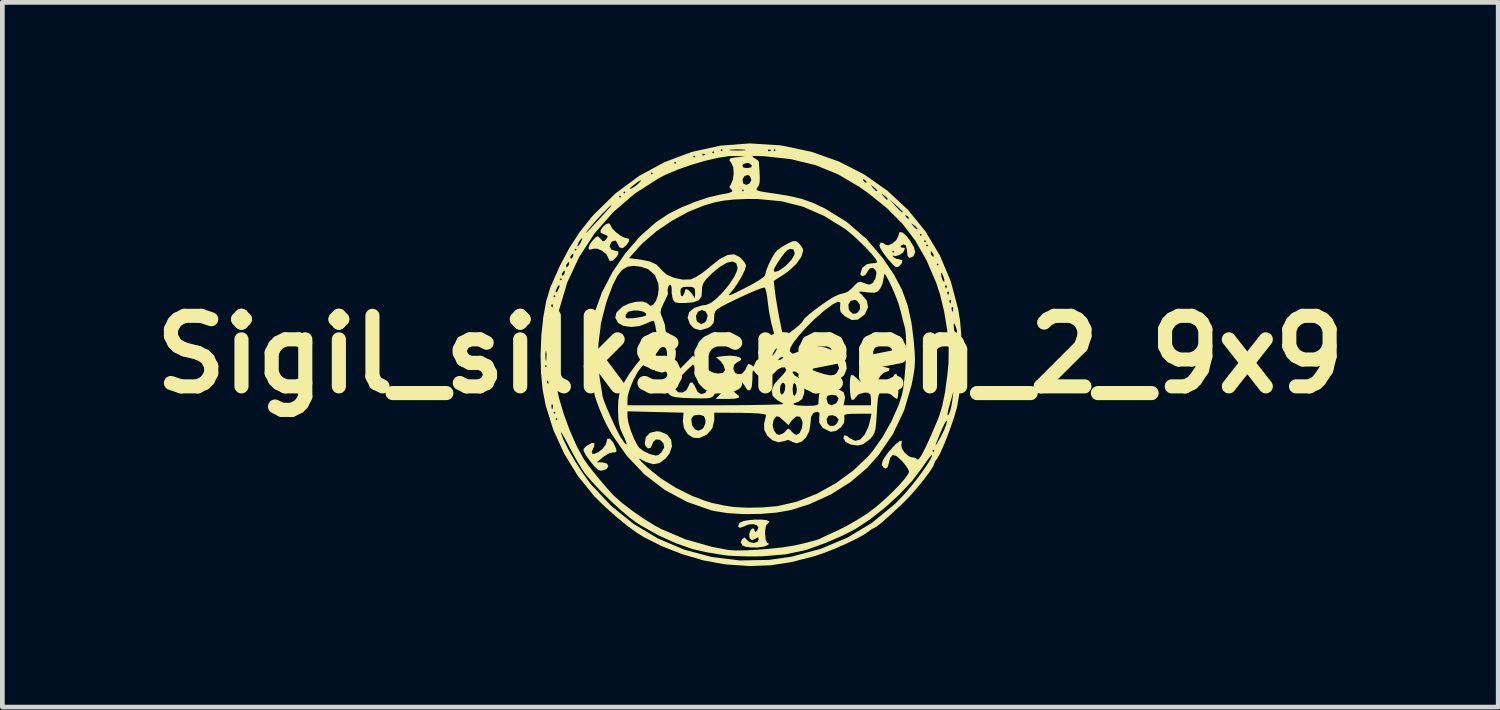
<source format=kicad_pcb>
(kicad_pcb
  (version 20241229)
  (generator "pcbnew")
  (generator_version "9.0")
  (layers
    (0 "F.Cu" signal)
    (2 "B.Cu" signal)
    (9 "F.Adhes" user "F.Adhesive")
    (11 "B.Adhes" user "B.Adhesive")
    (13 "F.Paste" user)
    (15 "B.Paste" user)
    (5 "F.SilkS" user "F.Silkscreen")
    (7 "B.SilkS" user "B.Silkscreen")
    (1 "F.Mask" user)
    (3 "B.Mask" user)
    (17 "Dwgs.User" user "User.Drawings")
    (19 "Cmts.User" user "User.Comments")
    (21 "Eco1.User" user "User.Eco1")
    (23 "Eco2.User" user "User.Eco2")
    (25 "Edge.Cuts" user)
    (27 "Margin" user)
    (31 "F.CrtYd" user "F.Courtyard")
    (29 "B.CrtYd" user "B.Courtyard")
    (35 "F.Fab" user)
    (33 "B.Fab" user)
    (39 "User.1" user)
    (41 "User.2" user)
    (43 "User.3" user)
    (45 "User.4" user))
  (footprint "Sigil_silkscreen_2_9x9"
    (layer "F.Cu")
    (at 12.907 4.489)
    (property "Reference" "Sigil_silkscreen_2_9x9" (at 0 0 0) (layer "F.SilkS") (effects (font (size 1.5 1.5) (thickness 0.3))))
    (attr board_only exclude_from_pos_files exclude_from_bom)
    (fp_poly (pts (xy -2.925 1.857) (xy -2.906 1.89) (xy -2.851 2.011) (xy -2.847 2.071) (xy -2.897 2.085) (xy -2.918 2.083) (xy -3.001 2.102) (xy -3.108 2.165) (xy -3.13 2.182) (xy -3.265 2.294) (xy -3.141 2.295) (xy -3.048 2.321) (xy -3.017 2.376) (xy -3.057 2.434) (xy -3.089 2.45) (xy -3.177 2.473) (xy -3.243 2.45) (xy -3.319 2.376) (xy -3.412 2.261) (xy -3.493 2.146) (xy -3.544 2.056) (xy -3.542 2.002) (xy -3.481 1.946) (xy -3.466 1.935) (xy -3.368 1.88) (xy -3.315 1.887) (xy -3.318 1.951) (xy -3.333 1.981) (xy -3.373 2.073) (xy -3.359 2.111) (xy -3.321 2.115) (xy -3.234 2.081) (xy -3.141 2.005) (xy -3.075 1.918) (xy -3.062 1.876) (xy -3.041 1.795) (xy -2.99 1.789)) (stroke (width 0) (type solid)) (fill yes) (layer "F.SilkS"))
    (fp_poly (pts (xy -2.972 -2.749) (xy -2.938 -2.682) (xy -2.855 -2.598) (xy -2.753 -2.521) (xy -2.664 -2.479) (xy -2.646 -2.477) (xy -2.579 -2.46) (xy -2.583 -2.401) (xy -2.63 -2.331) (xy -2.712 -2.26) (xy -2.779 -2.275) (xy -2.815 -2.342) (xy -2.859 -2.421) (xy -2.922 -2.414) (xy -2.96 -2.381) (xy -2.992 -2.302) (xy -2.955 -2.232) (xy -2.877 -2.207) (xy -2.806 -2.19) (xy -2.807 -2.135) (xy -2.855 -2.06) (xy -2.93 -1.994) (xy -2.992 -1.99) (xy -3.017 -2.046) (xy -3.055 -2.127) (xy -3.144 -2.202) (xy -3.251 -2.25) (xy -3.339 -2.249) (xy -3.342 -2.247) (xy -3.418 -2.226) (xy -3.442 -2.263) (xy -3.413 -2.342) (xy -3.359 -2.417) (xy -3.284 -2.497) (xy -3.239 -2.514) (xy -3.197 -2.475) (xy -3.187 -2.462) (xy -3.134 -2.405) (xy -3.09 -2.423) (xy -3.064 -2.453) (xy -3.029 -2.512) (xy -3.07 -2.543) (xy -3.1 -2.552) (xy -3.179 -2.585) (xy -3.185 -2.636) (xy -3.135 -2.713) (xy -3.064 -2.776) (xy -3 -2.79)) (stroke (width 0) (type solid)) (fill yes) (layer "F.SilkS"))
    (fp_poly (pts (xy 0.351 3.524) (xy 0.404 3.551) (xy 0.405 3.558) (xy 0.371 3.602) (xy 0.36 3.603) (xy 0.333 3.643) (xy 0.317 3.745) (xy 0.315 3.805) (xy 0.327 3.942) (xy 0.358 4.005) (xy 0.369 4.008) (xy 0.397 4.027) (xy 0.381 4.049) (xy 0.297 4.085) (xy 0.163 4.104) (xy 0.016 4.105) (xy -0.108 4.088) (xy -0.166 4.061) (xy -0.205 3.994) (xy -0.174 3.933) (xy -0.124 3.891) (xy -0.086 3.927) (xy -0.08 3.938) (xy -0.014 3.992) (xy 0.075 4.008) (xy 0.152 3.986) (xy 0.18 3.935) (xy 0.168 3.887) (xy 0.117 3.914) (xy 0.115 3.916) (xy 0.034 3.951) (xy -0.015 3.906) (xy -0.023 3.821) (xy 0.001 3.745) (xy 0.044 3.701) (xy 0.081 3.705) (xy 0.09 3.743) (xy 0.105 3.777) (xy 0.14 3.751) (xy 0.175 3.682) (xy 0.142 3.632) (xy 0.062 3.608) (xy -0.043 3.618) (xy -0.134 3.657) (xy -0.22 3.688) (xy -0.26 3.661) (xy -0.234 3.591) (xy -0.226 3.581) (xy -0.16 3.548) (xy -0.042 3.524) (xy 0.101 3.512) (xy 0.24 3.512)) (stroke (width 0) (type solid)) (fill yes) (layer "F.SilkS"))
    (fp_poly (pts (xy 3.234 -2.597) (xy 3.321 -2.521) (xy 3.389 -2.435) (xy 3.481 -2.284) (xy 3.508 -2.177) (xy 3.473 -2.097) (xy 3.452 -2.078) (xy 3.382 -2.05) (xy 3.343 -2.106) (xy 3.333 -2.214) (xy 3.311 -2.316) (xy 3.265 -2.342) (xy 3.205 -2.316) (xy 3.198 -2.294) (xy 3.225 -2.267) (xy 3.243 -2.274) (xy 3.283 -2.266) (xy 3.288 -2.243) (xy 3.251 -2.172) (xy 3.17 -2.113) (xy 3.083 -2.091) (xy 3.054 -2.1) (xy 3.025 -2.103) (xy 3.036 -2.079) (xy 3.103 -2.035) (xy 3.155 -2.027) (xy 3.232 -2.006) (xy 3.227 -1.948) (xy 3.189 -1.9) (xy 3.141 -1.86) (xy 3.097 -1.859) (xy 3.038 -1.905) (xy 2.946 -2.009) (xy 2.914 -2.046) (xy 2.823 -2.167) (xy 2.813 -2.184) (xy 3.017 -2.184) (xy 3.04 -2.162) (xy 3.062 -2.184) (xy 3.04 -2.207) (xy 3.017 -2.184) (xy 2.813 -2.184) (xy 2.762 -2.27) (xy 2.747 -2.317) (xy 2.771 -2.38) (xy 2.833 -2.368) (xy 2.869 -2.337) (xy 2.937 -2.323) (xy 3.026 -2.363) (xy 3.107 -2.435) (xy 3.15 -2.519) (xy 3.151 -2.533) (xy 3.174 -2.602)) (stroke (width 0) (type solid)) (fill yes) (layer "F.SilkS"))
    (fp_poly (pts (xy 0.623 -4.449) (xy 0.682 -4.441) (xy 1.307 -4.309) (xy 1.892 -4.101) (xy 2.431 -3.824) (xy 2.92 -3.48) (xy 3.353 -3.077) (xy 3.725 -2.619) (xy 4.03 -2.11) (xy 4.264 -1.557) (xy 4.421 -0.965) (xy 4.46 -0.729) (xy 4.485 -0.453) (xy 4.495 -0.131) (xy 4.491 0.211) (xy 4.473 0.548) (xy 4.443 0.854) (xy 4.401 1.102) (xy 4.39 1.148) (xy 4.337 1.33) (xy 4.266 1.538) (xy 4.187 1.752) (xy 4.107 1.949) (xy 4.036 2.107) (xy 3.982 2.204) (xy 3.977 2.21) (xy 3.928 2.281) (xy 3.918 2.31) (xy 3.889 2.381) (xy 3.812 2.5) (xy 3.7 2.65) (xy 3.566 2.816) (xy 3.424 2.98) (xy 3.286 3.124) (xy 3.249 3.16) (xy 3.002 3.391) (xy 2.816 3.557) (xy 2.692 3.657) (xy 2.629 3.693) (xy 2.627 3.693) (xy 2.573 3.72) (xy 2.525 3.758) (xy 2.419 3.831) (xy 2.249 3.924) (xy 2.036 4.027) (xy 1.803 4.129) (xy 1.571 4.22) (xy 1.361 4.291) (xy 1.351 4.294) (xy 0.874 4.416) (xy 0.431 4.484) (xy -0.012 4.5) (xy -0.492 4.467) (xy -0.563 4.459) (xy -0.993 4.38) (xy -1.443 4.249) (xy -1.881 4.078) (xy -2.274 3.878) (xy -2.409 3.794) (xy -2.619 3.642) (xy -2.857 3.446) (xy -3.096 3.233) (xy -3.306 3.026) (xy -3.327 3.004) (xy -3.666 2.585) (xy -3.957 2.111) (xy -4.16 1.666) (xy -4.029 1.666) (xy -3.97 1.82) (xy -3.869 2.021) (xy -3.739 2.248) (xy -3.594 2.477) (xy -3.447 2.684) (xy -3.385 2.765) (xy -2.957 3.221) (xy -2.479 3.606) (xy -1.958 3.917) (xy -1.402 4.152) (xy -0.818 4.308) (xy -0.215 4.381) (xy 0.399 4.369) (xy 0.878 4.3) (xy 1.497 4.134) (xy 2.065 3.896) (xy 2.585 3.583) (xy 3.062 3.192) (xy 3.165 3.091) (xy 3.293 2.955) (xy 3.43 2.793) (xy 3.565 2.622) (xy 3.687 2.455) (xy 3.785 2.31) (xy 3.849 2.2) (xy 3.866 2.141) (xy 3.864 2.137) (xy 3.832 2.163) (xy 3.766 2.248) (xy 3.677 2.375) (xy 3.656 2.408) (xy 3.445 2.685) (xy 3.178 2.971) (xy 2.874 3.249) (xy 2.555 3.501) (xy 2.241 3.709) (xy 1.982 3.843) (xy 1.844 3.903) (xy 1.677 3.976) (xy 1.602 4.008) (xy 1.188 4.158) (xy 0.749 4.251) (xy 0.262 4.292) (xy 0.158 4.294) (xy -0.074 4.294) (xy -0.29 4.288) (xy -0.464 4.279) (xy -0.563 4.267) (xy -0.737 4.237) (xy -0.913 4.21) (xy -0.923 4.208) (xy -1.234 4.137) (xy -1.585 4.013) (xy -1.953 3.846) (xy -2.313 3.645) (xy -2.425 3.574) (xy -2.578 3.459) (xy -2.77 3.295) (xy -2.979 3.102) (xy -3.186 2.898) (xy -3.37 2.703) (xy -3.511 2.537) (xy -3.523 2.522) (xy -3.596 2.411) (xy -3.693 2.248) (xy -3.799 2.058) (xy -3.851 1.959) (xy -3.933 1.803) (xy -3.994 1.698) (xy -4.027 1.652) (xy -4.029 1.666) (xy -4.16 1.666) (xy -4.189 1.602) (xy -4.261 1.374) (xy -4.143 1.374) (xy -4.121 1.396) (xy -4.098 1.374) (xy -4.121 1.351) (xy -4.143 1.374) (xy -4.261 1.374) (xy -4.303 1.238) (xy -4.188 1.238) (xy -4.166 1.261) (xy -4.143 1.238) (xy -4.166 1.216) (xy -4.188 1.238) (xy -4.303 1.238) (xy -4.347 1.1) (xy -4.23 1.1) (xy -4.221 1.158) (xy -4.206 1.159) (xy -4.195 1.098) (xy -4.203 1.072) (xy -4.223 1.055) (xy -4.23 1.1) (xy -4.347 1.1) (xy -4.352 1.081) (xy -4.415 0.756) (xy -4.432 0.585) (xy -4.323 0.585) (xy -4.307 0.623) (xy -4.293 0.615) (xy -4.288 0.562) (xy -4.293 0.555) (xy -4.32 0.562) (xy -4.323 0.585) (xy -4.432 0.585) (xy -4.451 0.387) (xy -4.453 0.284) (xy -4.156 0.284) (xy -4.141 0.546) (xy -4.132 0.617) (xy -4.069 0.921) (xy -3.967 1.266) (xy -3.838 1.618) (xy -3.693 1.946) (xy -3.545 2.217) (xy -3.537 2.229) (xy -3.454 2.347) (xy -3.33 2.506) (xy -3.187 2.681) (xy -3.046 2.846) (xy -2.928 2.977) (xy -2.897 3.008) (xy -2.724 3.16) (xy -2.5 3.331) (xy -2.256 3.5) (xy -2.022 3.644) (xy -1.898 3.711) (xy -1.381 3.931) (xy -0.826 4.089) (xy -0.473 4.157) (xy -0.319 4.168) (xy -0.102 4.166) (xy 0.155 4.153) (xy 0.427 4.131) (xy 0.688 4.102) (xy 0.914 4.066) (xy 0.975 4.054) (xy 1.168 4.01) (xy 1.332 3.967) (xy 1.446 3.933) (xy 1.476 3.921) (xy 1.554 3.883) (xy 1.687 3.821) (xy 1.847 3.748) (xy 1.859 3.743) (xy 2.046 3.649) (xy 2.263 3.525) (xy 2.469 3.395) (xy 2.505 3.371) (xy 2.666 3.249) (xy 2.839 3.101) (xy 3.008 2.942) (xy 3.161 2.786) (xy 3.283 2.647) (xy 3.359 2.54) (xy 3.378 2.488) (xy 3.349 2.424) (xy 3.276 2.324) (xy 3.223 2.262) (xy 3.11 2.159) (xy 3.031 2.137) (xy 2.977 2.198) (xy 2.95 2.295) (xy 2.92 2.399) (xy 2.879 2.427) (xy 2.84 2.411) (xy 2.796 2.35) (xy 2.817 2.255) (xy 2.906 2.118) (xy 2.981 2.027) (xy 3.096 1.905) (xy 3.18 1.841) (xy 3.223 1.837) (xy 3.219 1.899) (xy 3.212 1.918) (xy 3.223 1.994) (xy 3.281 2.085) (xy 3.362 2.16) (xy 3.438 2.19) (xy 3.453 2.187) (xy 3.52 2.202) (xy 3.549 2.234) (xy 3.583 2.227) (xy 3.645 2.137) (xy 3.69 2.049) (xy 3.873 2.049) (xy 3.896 2.072) (xy 3.918 2.049) (xy 3.896 2.027) (xy 3.873 2.049) (xy 3.69 2.049) (xy 3.735 1.963) (xy 3.747 1.936) (xy 3.942 1.936) (xy 3.97 1.895) (xy 4.034 1.783) (xy 4.049 1.756) (xy 4.121 1.611) (xy 4.17 1.485) (xy 4.185 1.419) (xy 4.171 1.41) (xy 4.131 1.471) (xy 4.076 1.59) (xy 4.072 1.599) (xy 3.992 1.79) (xy 3.949 1.901) (xy 3.942 1.936) (xy 3.747 1.936) (xy 3.851 1.707) (xy 3.994 1.37) (xy 4.011 1.329) (xy 4.026 1.279) (xy 4.193 1.279) (xy 4.204 1.298) (xy 4.23 1.261) (xy 4.259 1.176) (xy 4.287 1.044) (xy 4.295 0.991) (xy 4.321 0.788) (xy 4.256 1.013) (xy 4.21 1.182) (xy 4.193 1.279) (xy 4.026 1.279) (xy 4.081 1.103) (xy 4.143 0.799) (xy 4.165 0.63) (xy 4.334 0.63) (xy 4.339 0.712) (xy 4.35 0.722) (xy 4.354 0.709) (xy 4.361 0.595) (xy 4.354 0.552) (xy 4.341 0.538) (xy 4.334 0.6) (xy 4.334 0.63) (xy 4.165 0.63) (xy 4.192 0.428) (xy 4.216 0.174) (xy 4.217 0.068) (xy 4.384 0.068) (xy 4.386 0.21) (xy 4.39 0.287) (xy 4.397 0.287) (xy 4.401 0.26) (xy 4.408 0.1) (xy 4.404 -0.075) (xy 4.401 -0.1) (xy 4.394 -0.148) (xy 4.388 -0.114) (xy 4.384 -0.007) (xy 4.384 0.068) (xy 4.217 0.068) (xy 4.219 -0.151) (xy 4.201 -0.36) (xy 4.368 -0.36) (xy 4.385 -0.323) (xy 4.398 -0.33) (xy 4.404 -0.384) (xy 4.398 -0.39) (xy 4.372 -0.384) (xy 4.368 -0.36) (xy 4.201 -0.36) (xy 4.187 -0.523) (xy 4.174 -0.604) (xy 4.326 -0.604) (xy 4.337 -0.514) (xy 4.353 -0.48) (xy 4.394 -0.462) (xy 4.397 -0.512) (xy 4.372 -0.59) (xy 4.341 -0.661) (xy 4.329 -0.651) (xy 4.326 -0.604) (xy 4.174 -0.604) (xy 4.124 -0.911) (xy 4.109 -0.972) (xy 4.282 -0.972) (xy 4.29 -0.914) (xy 4.306 -0.913) (xy 4.316 -0.973) (xy 4.309 -0.999) (xy 4.289 -1.016) (xy 4.282 -0.972) (xy 4.109 -0.972) (xy 4.072 -1.126) (xy 4.233 -1.126) (xy 4.25 -1.089) (xy 4.263 -1.096) (xy 4.269 -1.149) (xy 4.263 -1.156) (xy 4.237 -1.15) (xy 4.233 -1.126) (xy 4.072 -1.126) (xy 4.035 -1.281) (xy 4.026 -1.306) (xy 4.188 -1.306) (xy 4.205 -1.269) (xy 4.218 -1.276) (xy 4.224 -1.329) (xy 4.218 -1.336) (xy 4.192 -1.33) (xy 4.188 -1.306) (xy 4.026 -1.306) (xy 3.982 -1.441) (xy 4.143 -1.441) (xy 4.16 -1.404) (xy 4.173 -1.411) (xy 4.179 -1.465) (xy 4.173 -1.471) (xy 4.147 -1.465) (xy 4.143 -1.441) (xy 3.982 -1.441) (xy 3.952 -1.531) (xy 3.868 -1.726) (xy 4.056 -1.726) (xy 4.066 -1.65) (xy 4.093 -1.576) (xy 4.122 -1.543) (xy 4.127 -1.545) (xy 4.126 -1.595) (xy 4.102 -1.671) (xy 4.07 -1.733) (xy 4.056 -1.726) (xy 3.868 -1.726) (xy 3.787 -1.914) (xy 3.963 -1.914) (xy 3.986 -1.891) (xy 4.008 -1.914) (xy 3.986 -1.937) (xy 3.963 -1.914) (xy 3.787 -1.914) (xy 3.748 -2.005) (xy 3.672 -2.138) (xy 3.84 -2.138) (xy 3.849 -2.12) (xy 3.892 -2.073) (xy 3.9 -2.106) (xy 3.889 -2.141) (xy 3.855 -2.19) (xy 3.84 -2.189) (xy 3.84 -2.138) (xy 3.672 -2.138) (xy 3.569 -2.319) (xy 3.738 -2.319) (xy 3.76 -2.297) (xy 3.783 -2.319) (xy 3.76 -2.342) (xy 3.738 -2.319) (xy 3.569 -2.319) (xy 3.517 -2.409) (xy 3.693 -2.409) (xy 3.715 -2.387) (xy 3.738 -2.409) (xy 3.715 -2.432) (xy 3.693 -2.409) (xy 3.517 -2.409) (xy 3.514 -2.416) (xy 3.416 -2.545) (xy 3.603 -2.545) (xy 3.625 -2.522) (xy 3.648 -2.545) (xy 3.625 -2.567) (xy 3.603 -2.545) (xy 3.416 -2.545) (xy 3.237 -2.78) (xy 3.225 -2.792) (xy 3.426 -2.792) (xy 3.437 -2.769) (xy 3.462 -2.736) (xy 3.528 -2.666) (xy 3.557 -2.666) (xy 3.558 -2.674) (xy 3.527 -2.712) (xy 3.479 -2.753) (xy 3.426 -2.792) (xy 3.225 -2.792) (xy 3.059 -2.959) (xy 3.295 -2.959) (xy 3.306 -2.934) (xy 3.351 -2.886) (xy 3.377 -2.896) (xy 3.378 -2.902) (xy 3.346 -2.94) (xy 3.326 -2.954) (xy 3.295 -2.959) (xy 3.059 -2.959) (xy 2.903 -3.115) (xy 2.52 -3.422) (xy 2.795 -3.422) (xy 2.806 -3.399) (xy 2.831 -3.366) (xy 2.897 -3.296) (xy 2.927 -3.297) (xy 2.927 -3.305) (xy 2.923 -3.31) (xy 2.95 -3.31) (xy 3.082 -3.164) (xy 3.178 -3.061) (xy 3.228 -3.02) (xy 3.243 -3.031) (xy 3.243 -3.031) (xy 3.212 -3.067) (xy 3.136 -3.141) (xy 3.096 -3.178) (xy 2.95 -3.31) (xy 2.923 -3.31) (xy 2.897 -3.342) (xy 2.848 -3.383) (xy 2.795 -3.422) (xy 2.52 -3.422) (xy 2.5 -3.438) (xy 2.315 -3.568) (xy 2.256 -3.602) (xy 2.57 -3.602) (xy 2.581 -3.579) (xy 2.606 -3.547) (xy 2.672 -3.477) (xy 2.701 -3.477) (xy 2.702 -3.485) (xy 2.671 -3.522) (xy 2.623 -3.564) (xy 2.57 -3.602) (xy 2.256 -3.602) (xy 2.047 -3.725) (xy 2.394 -3.725) (xy 2.405 -3.7) (xy 2.45 -3.652) (xy 2.477 -3.661) (xy 2.477 -3.668) (xy 2.445 -3.706) (xy 2.425 -3.72) (xy 2.394 -3.725) (xy 2.047 -3.725) (xy 1.86 -3.835) (xy 1.381 -4.029) (xy 0.863 -4.154) (xy 0.315 -4.215) (xy 0.149 -4.222) (xy 0.061 -4.22) (xy 0.042 -4.206) (xy 0.079 -4.182) (xy 0.156 -4.133) (xy 0.182 -4.103) (xy 0.197 -3.887) (xy 0.203 -3.744) (xy 0.198 -3.653) (xy 0.182 -3.596) (xy 0.154 -3.555) (xy 0.153 -3.553) (xy 0.13 -3.518) (xy 0.145 -3.492) (xy 0.212 -3.47) (xy 0.343 -3.447) (xy 0.506 -3.424) (xy 0.825 -3.373) (xy 1.088 -3.311) (xy 1.327 -3.227) (xy 1.574 -3.112) (xy 1.585 -3.107) (xy 2.054 -2.817) (xy 2.475 -2.453) (xy 2.82 -2.048) (xy 3.054 -1.703) (xy 3.226 -1.378) (xy 3.348 -1.044) (xy 3.429 -0.674) (xy 3.474 -0.316) (xy 3.495 -0.076) (xy 3.503 0.108) (xy 3.496 0.267) (xy 3.473 0.434) (xy 3.432 0.641) (xy 3.431 0.647) (xy 3.273 1.187) (xy 3.036 1.69) (xy 2.723 2.147) (xy 2.489 2.409) (xy 2.134 2.712) (xy 1.718 2.974) (xy 1.264 3.183) (xy 0.856 3.311) (xy 0.559 3.363) (xy 0.216 3.391) (xy -0.142 3.395) (xy -0.483 3.374) (xy -0.776 3.328) (xy -0.825 3.316) (xy -1.344 3.136) (xy -1.823 2.878) (xy -2.255 2.547) (xy -2.633 2.147) (xy -2.953 1.685) (xy -3.073 1.464) (xy -3.147 1.303) (xy -3.221 1.124) (xy -3.28 0.962) (xy -3.311 0.856) (xy -3.322 0.803) (xy -3.347 0.689) (xy -3.375 0.563) (xy -3.403 0.352) (xy -3.408 0.233) (xy -3.232 0.233) (xy -3.2 0.528) (xy -3.172 0.692) (xy -3.152 0.819) (xy -3.142 0.886) (xy -3.141 0.889) (xy -3.12 0.963) (xy -3.069 1.094) (xy -2.998 1.26) (xy -2.919 1.436) (xy -2.842 1.599) (xy -2.776 1.727) (xy -2.764 1.747) (xy -2.682 1.873) (xy -2.637 1.919) (xy -2.632 1.887) (xy -2.672 1.782) (xy -2.711 1.705) (xy -2.77 1.566) (xy -2.802 1.414) (xy -2.812 1.215) (xy -2.812 1.209) (xy -2.612 1.209) (xy -2.612 1.324) (xy -2.591 1.456) (xy -2.539 1.627) (xy -2.469 1.801) (xy -2.394 1.941) (xy -2.361 1.985) (xy -2.267 2.056) (xy -2.139 2.117) (xy -2.126 2.121) (xy -2.014 2.15) (xy -1.947 2.137) (xy -1.884 2.074) (xy -1.83 1.978) (xy -1.847 1.89) (xy -1.849 1.887) (xy -1.922 1.814) (xy -2.006 1.807) (xy -2.068 1.862) (xy -2.08 1.903) (xy -2.118 1.986) (xy -2.178 1.999) (xy -2.229 1.943) (xy -2.243 1.889) (xy -2.221 1.756) (xy -2.131 1.666) (xy -1.991 1.633) (xy -1.916 1.64) (xy -1.768 1.704) (xy -1.683 1.817) (xy -1.666 1.959) (xy -1.721 2.112) (xy -1.798 2.21) (xy -1.93 2.31) (xy -2.064 2.335) (xy -2.222 2.285) (xy -2.291 2.248) (xy -2.356 2.215) (xy -2.364 2.225) (xy -2.313 2.283) (xy -2.198 2.393) (xy -2.162 2.427) (xy -1.9 2.636) (xy -1.583 2.835) (xy -1.245 3.005) (xy -0.968 3.11) (xy -0.858 3.144) (xy -0.794 3.163) (xy -0.788 3.164) (xy -0.748 3.171) (xy -0.647 3.192) (xy -0.555 3.213) (xy -0.327 3.246) (xy -0.043 3.259) (xy 0.264 3.253) (xy 0.562 3.227) (xy 0.585 3.224) (xy 0.994 3.13) (xy 1.412 2.965) (xy 1.819 2.739) (xy 2.194 2.466) (xy 2.515 2.158) (xy 2.595 2.064) (xy 2.809 1.764) (xy 3.001 1.425) (xy 3.153 1.083) (xy 3.224 0.867) (xy 3.255 0.71) (xy 3.28 0.499) (xy 3.3 0.257) (xy 3.311 0.007) (xy 3.315 -0.228) (xy 3.308 -0.424) (xy 3.292 -0.558) (xy 3.288 -0.573) (xy 3.255 -0.693) (xy 3.216 -0.851) (xy 3.199 -0.923) (xy 3.153 -1.08) (xy 3.08 -1.274) (xy 2.997 -1.464) (xy 2.997 -1.464) (xy 2.921 -1.616) (xy 2.875 -1.695) (xy 2.851 -1.709) (xy 2.842 -1.665) (xy 2.841 -1.643) (xy 2.813 -1.504) (xy 2.763 -1.401) (xy 2.706 -1.337) (xy 2.634 -1.312) (xy 2.514 -1.319) (xy 2.482 -1.323) (xy 2.359 -1.337) (xy 2.312 -1.334) (xy 2.33 -1.307) (xy 2.373 -1.272) (xy 2.481 -1.143) (xy 2.504 -1.002) (xy 2.443 -0.865) (xy 2.416 -0.835) (xy 2.286 -0.741) (xy 2.159 -0.733) (xy 2.017 -0.809) (xy 2.007 -0.817) (xy 1.921 -0.906) (xy 1.907 -0.996) (xy 1.911 -1.019) (xy 1.913 -1.062) (xy 2.087 -1.062) (xy 2.093 -0.965) (xy 2.118 -0.921) (xy 2.186 -0.863) (xy 2.257 -0.876) (xy 2.289 -0.895) (xy 2.337 -0.969) (xy 2.328 -1.064) (xy 2.272 -1.141) (xy 2.222 -1.162) (xy 2.135 -1.139) (xy 2.087 -1.062) (xy 1.913 -1.062) (xy 1.915 -1.104) (xy 1.864 -1.121) (xy 1.759 -1.07) (xy 1.597 -0.952) (xy 1.544 -0.908) (xy 1.356 -0.741) (xy 1.181 -0.566) (xy 1.031 -0.398) (xy 0.916 -0.25) (xy 0.849 -0.135) (xy 0.839 -0.07) (xy 0.893 -0.018) (xy 0.94 -0.026) (xy 1.143 -0.11) (xy 1.29 -0.157) (xy 1.408 -0.174) (xy 1.521 -0.164) (xy 1.608 -0.144) (xy 1.798 -0.068) (xy 1.945 0.041) (xy 2.035 0.169) (xy 2.052 0.3) (xy 2.05 0.309) (xy 1.995 0.442) (xy 1.898 0.524) (xy 1.739 0.567) (xy 1.672 0.575) (xy 1.461 0.583) (xy 1.296 0.553) (xy 1.136 0.476) (xy 1.066 0.43) (xy 0.958 0.366) (xy 0.908 0.36) (xy 0.901 0.381) (xy 0.938 0.444) (xy 0.991 0.473) (xy 1.101 0.551) (xy 1.152 0.686) (xy 1.146 0.83) (xy 1.103 0.949) (xy 1.022 1.007) (xy 1.004 1.012) (xy 0.922 1.042) (xy 0.924 1.066) (xy 1.006 1.084) (xy 1.16 1.092) (xy 1.203 1.092) (xy 1.349 1.089) (xy 1.425 1.075) (xy 1.452 1.042) (xy 1.45 0.998) (xy 1.455 0.938) (xy 1.621 0.938) (xy 1.651 1.044) (xy 1.725 1.082) (xy 1.816 1.045) (xy 1.845 1.015) (xy 1.877 0.932) (xy 1.831 0.874) (xy 1.731 0.856) (xy 1.643 0.879) (xy 1.621 0.938) (xy 1.455 0.938) (xy 1.463 0.85) (xy 1.548 0.755) (xy 1.693 0.721) (xy 1.878 0.741) (xy 1.985 0.803) (xy 2.015 0.909) (xy 2.01 0.95) (xy 1.984 1.081) (xy 2.275 1.081) (xy 2.567 1.081) (xy 2.567 0.946) (xy 2.556 0.85) (xy 2.503 0.815) (xy 2.433 0.811) (xy 2.304 0.844) (xy 2.251 0.902) (xy 2.198 0.963) (xy 2.159 0.967) (xy 2.137 0.911) (xy 2.122 0.798) (xy 2.117 0.662) (xy 2.122 0.534) (xy 2.138 0.449) (xy 2.146 0.436) (xy 2.192 0.445) (xy 2.268 0.507) (xy 2.279 0.519) (xy 2.377 0.596) (xy 2.471 0.63) (xy 2.475 0.63) (xy 2.55 0.602) (xy 2.566 0.534) (xy 2.526 0.453) (xy 2.448 0.391) (xy 2.375 0.342) (xy 2.376 0.308) (xy 2.455 0.284) (xy 2.617 0.269) (xy 2.678 0.265) (xy 2.855 0.267) (xy 2.948 0.29) (xy 2.962 0.307) (xy 2.943 0.354) (xy 2.916 0.36) (xy 2.837 0.391) (xy 2.763 0.461) (xy 2.72 0.539) (xy 2.723 0.583) (xy 2.798 0.632) (xy 2.898 0.624) (xy 2.986 0.568) (xy 3.017 0.518) (xy 3.067 0.423) (xy 3.109 0.413) (xy 3.138 0.485) (xy 3.152 0.634) (xy 3.152 0.676) (xy 3.148 0.818) (xy 3.136 0.916) (xy 3.122 0.946) (xy 3.07 0.918) (xy 2.99 0.851) (xy 2.876 0.784) (xy 2.802 0.785) (xy 2.76 0.809) (xy 2.732 0.859) (xy 2.713 0.954) (xy 2.699 1.111) (xy 2.692 1.242) (xy 2.679 1.446) (xy 2.663 1.583) (xy 2.636 1.675) (xy 2.593 1.746) (xy 2.542 1.804) (xy 2.396 1.911) (xy 2.285 1.937) (xy 2.137 1.915) (xy 2.027 1.86) (xy 1.982 1.783) (xy 1.982 1.777) (xy 2 1.718) (xy 2.058 1.733) (xy 2.125 1.786) (xy 2.232 1.838) (xy 2.339 1.808) (xy 2.435 1.703) (xy 2.515 1.532) (xy 2.553 1.385) (xy 2.578 1.261) (xy 2.277 1.261) (xy 2.117 1.263) (xy 2.03 1.273) (xy 1.997 1.297) (xy 2.001 1.341) (xy 2.004 1.35) (xy 1.995 1.452) (xy 1.926 1.552) (xy 1.824 1.625) (xy 1.717 1.645) (xy 1.699 1.641) (xy 1.543 1.564) (xy 1.467 1.452) (xy 1.466 1.374) (xy 1.624 1.374) (xy 1.638 1.464) (xy 1.698 1.524) (xy 1.784 1.515) (xy 1.845 1.466) (xy 1.878 1.382) (xy 1.824 1.319) (xy 1.754 1.292) (xy 1.665 1.302) (xy 1.624 1.374) (xy 1.466 1.374) (xy 1.466 1.343) (xy 1.473 1.246) (xy 1.433 1.217) (xy 1.341 1.243) (xy 1.292 1.329) (xy 1.28 1.472) (xy 1.255 1.631) (xy 1.186 1.764) (xy 1.091 1.855) (xy 0.985 1.89) (xy 0.885 1.856) (xy 0.87 1.842) (xy 0.8 1.816) (xy 0.728 1.842) (xy 0.598 1.868) (xy 0.469 1.823) (xy 0.362 1.729) (xy 0.297 1.602) (xy 0.295 1.499) (xy 0.475 1.499) (xy 0.5 1.61) (xy 0.558 1.691) (xy 0.613 1.711) (xy 0.7 1.678) (xy 0.749 1.633) (xy 0.801 1.578) (xy 0.844 1.598) (xy 0.872 1.633) (xy 0.941 1.696) (xy 0.983 1.711) (xy 1.048 1.672) (xy 1.096 1.578) (xy 1.113 1.463) (xy 1.106 1.414) (xy 1.056 1.325) (xy 0.98 1.317) (xy 0.893 1.39) (xy 0.882 1.405) (xy 0.812 1.504) (xy 0.707 1.405) (xy 0.615 1.327) (xy 0.558 1.315) (xy 0.511 1.368) (xy 0.497 1.393) (xy 0.475 1.499) (xy 0.295 1.499) (xy 0.294 1.462) (xy 0.297 1.453) (xy 0.324 1.348) (xy 0.335 1.286) (xy 0.294 1.269) (xy 0.178 1.255) (xy 0.003 1.246) (xy -0.214 1.241) (xy -0.766 1.238) (xy -0.766 1.4) (xy -0.807 1.57) (xy -0.921 1.703) (xy -1.083 1.778) (xy -1.216 1.77) (xy -1.332 1.693) (xy -1.411 1.566) (xy -1.434 1.412) (xy -1.433 1.406) (xy -1.432 1.387) (xy -1.253 1.387) (xy -1.239 1.504) (xy -1.177 1.593) (xy -1.103 1.621) (xy -1.029 1.59) (xy -0.993 1.556) (xy -0.955 1.461) (xy -0.954 1.387) (xy -0.985 1.311) (xy -1.067 1.285) (xy -1.103 1.284) (xy -1.205 1.299) (xy -1.248 1.359) (xy -1.253 1.387) (xy -1.432 1.387) (xy -1.419 1.238) (xy -2.015 1.224) (xy -2.612 1.209) (xy -2.812 1.209) (xy -2.813 1.171) (xy -2.807 0.977) (xy -2.802 0.947) (xy -2.612 0.947) (xy -2.612 1.081) (xy -0.938 1.081) (xy -0.561 1.08) (xy -0.216 1.078) (xy 0.089 1.075) (xy 0.343 1.07) (xy 0.537 1.065) (xy 0.662 1.059) (xy 0.707 1.052) (xy 0.706 1.052) (xy 0.647 1.011) (xy 0.575 0.972) (xy 0.477 0.884) (xy 0.457 0.765) (xy 0.462 0.753) (xy 0.631 0.753) (xy 0.644 0.83) (xy 0.67 0.856) (xy 0.711 0.818) (xy 0.736 0.758) (xy 0.737 0.743) (xy 0.901 0.743) (xy 0.911 0.847) (xy 0.939 0.881) (xy 0.946 0.878) (xy 0.981 0.816) (xy 0.991 0.743) (xy 0.974 0.649) (xy 0.946 0.608) (xy 0.915 0.627) (xy 0.901 0.719) (xy 0.901 0.743) (xy 0.737 0.743) (xy 0.745 0.655) (xy 0.716 0.603) (xy 0.672 0.61) (xy 0.641 0.666) (xy 0.631 0.753) (xy 0.462 0.753) (xy 0.512 0.629) (xy 0.605 0.524) (xy 0.699 0.427) (xy 0.757 0.348) (xy 0.766 0.323) (xy 0.735 0.275) (xy 0.664 0.276) (xy 0.58 0.32) (xy 0.522 0.383) (xy 0.417 0.474) (xy 0.288 0.496) (xy 0.165 0.448) (xy 0.115 0.395) (xy 0.075 0.343) (xy 0.054 0.345) (xy 0.046 0.413) (xy 0.045 0.53) (xy 0.032 0.684) (xy -0.004 0.761) (xy -0.057 0.758) (xy -0.119 0.669) (xy -0.128 0.65) (xy -0.196 0.562) (xy -0.282 0.549) (xy -0.369 0.596) (xy -0.399 0.682) (xy -0.366 0.776) (xy -0.318 0.819) (xy -0.241 0.88) (xy -0.243 0.919) (xy -0.326 0.94) (xy -0.481 0.946) (xy -0.736 0.946) (xy -0.638 0.842) (xy -0.561 0.729) (xy -0.544 0.633) (xy -0.592 0.575) (xy -0.597 0.573) (xy -0.692 0.569) (xy -0.737 0.625) (xy -0.734 0.674) (xy -0.737 0.779) (xy -0.762 0.849) (xy -0.793 0.892) (xy -0.84 0.919) (xy -0.923 0.932) (xy -1.061 0.934) (xy -1.244 0.93) (xy -1.453 0.922) (xy -1.59 0.908) (xy -1.675 0.886) (xy -1.725 0.85) (xy -1.739 0.833) (xy -1.778 0.749) (xy -1.774 0.711) (xy -1.602 0.711) (xy -1.594 0.74) (xy -1.532 0.804) (xy -1.441 0.809) (xy -1.359 0.762) (xy -1.325 0.698) (xy -1.282 0.605) (xy -1.231 0.594) (xy -1.185 0.664) (xy -1.12 0.797) (xy -1.044 0.845) (xy -0.954 0.817) (xy -0.918 0.746) (xy -0.937 0.629) (xy -1.004 0.487) (xy -1.095 0.361) (xy -1.221 0.212) (xy -1.38 0.365) (xy -1.518 0.511) (xy -1.589 0.621) (xy -1.602 0.711) (xy -1.774 0.711) (xy -1.767 0.655) (xy -1.7 0.539) (xy -1.572 0.387) (xy -1.482 0.294) (xy -1.217 0.025) (xy -1.024 0.215) (xy -0.886 0.335) (xy -0.774 0.393) (xy -0.685 0.405) (xy -0.582 0.393) (xy -0.543 0.346) (xy -0.54 0.317) (xy -0.572 0.222) (xy -0.633 0.142) (xy -0.726 0.056) (xy -0.588 0.036) (xy -0.439 0.025) (xy -0.313 0.036) (xy -0.224 0.061) (xy -0.187 0.096) (xy -0.217 0.136) (xy -0.27 0.158) (xy -0.342 0.217) (xy -0.36 0.306) (xy -0.325 0.388) (xy -0.272 0.418) (xy -0.179 0.412) (xy -0.108 0.332) (xy -0.092 0.295) (xy 0.234 0.295) (xy 0.241 0.337) (xy 0.28 0.384) (xy 0.352 0.365) (xy 0.36 0.361) (xy 0.431 0.305) (xy 0.45 0.267) (xy 0.414 0.212) (xy 0.337 0.19) (xy 0.263 0.214) (xy 0.261 0.216) (xy 0.234 0.295) (xy -0.092 0.295) (xy -0.074 0.254) (xy -0.038 0.197) (xy 0.018 0.222) (xy 0.023 0.226) (xy 0.076 0.257) (xy 0.09 0.215) (xy 0.09 0.21) (xy 0.118 0.154) (xy 1.049 0.154) (xy 1.117 0.228) (xy 1.256 0.306) (xy 1.403 0.364) (xy 1.585 0.422) (xy 1.705 0.445) (xy 1.784 0.434) (xy 1.837 0.396) (xy 1.889 0.294) (xy 1.854 0.185) (xy 1.753 0.087) (xy 1.657 0.03) (xy 1.558 0.007) (xy 1.421 0.012) (xy 1.359 0.018) (xy 1.212 0.042) (xy 1.101 0.072) (xy 1.061 0.092) (xy 1.049 0.154) (xy 0.118 0.154) (xy 0.13 0.13) (xy 0.142 0.122) (xy 0.59 0.122) (xy 0.635 0.113) (xy 0.644 0.11) (xy 0.699 0.074) (xy 0.699 0.054) (xy 0.652 0.059) (xy 0.618 0.084) (xy 0.59 0.122) (xy 0.142 0.122) (xy 0.227 0.071) (xy 0.348 0.052) (xy 0.371 0.054) (xy 0.471 0.028) (xy 0.534 -0.048) (xy 0.566 -0.118) (xy 0.572 -0.193) (xy 0.552 -0.299) (xy 0.503 -0.46) (xy 0.446 -0.673) (xy 0.399 -0.913) (xy 0.377 -1.078) (xy 0.357 -1.239) (xy 0.333 -1.362) (xy 0.309 -1.422) (xy 0.307 -1.423) (xy 0.254 -1.414) (xy 0.137 -1.371) (xy -0.028 -1.302) (xy -0.223 -1.212) (xy -0.249 -1.2) (xy -0.461 -1.097) (xy -0.606 -1.022) (xy -0.695 -0.966) (xy -0.743 -0.918) (xy -0.762 -0.867) (xy -0.766 -0.803) (xy -0.766 -0.792) (xy -0.781 -0.672) (xy -0.843 -0.597) (xy -0.903 -0.562) (xy -1.063 -0.515) (xy -1.197 -0.555) (xy -1.286 -0.65) (xy -1.333 -0.784) (xy -1.322 -0.823) (xy -1.155 -0.823) (xy -1.142 -0.725) (xy -1.123 -0.694) (xy -1.043 -0.644) (xy -0.964 -0.684) (xy -0.931 -0.728) (xy -0.906 -0.83) (xy -0.947 -0.913) (xy -1.031 -0.946) (xy -1.113 -0.909) (xy -1.155 -0.823) (xy -1.322 -0.823) (xy -1.299 -0.901) (xy -1.192 -0.991) (xy -1.022 -1.045) (xy -0.941 -1.054) (xy -0.84 -1.094) (xy -0.713 -1.194) (xy -0.576 -1.333) (xy -0.447 -1.491) (xy -0.343 -1.647) (xy -0.281 -1.783) (xy -0.27 -1.842) (xy -0.299 -1.943) (xy -0.378 -1.978) (xy -0.499 -1.95) (xy -0.653 -1.86) (xy -0.813 -1.727) (xy -0.935 -1.605) (xy -1.001 -1.513) (xy -1.026 -1.425) (xy -1.027 -1.367) (xy -1.038 -1.235) (xy -1.094 -1.153) (xy -1.21 -1.11) (xy -1.373 -1.095) (xy -1.517 -1.094) (xy -1.596 -1.109) (xy -1.636 -1.151) (xy -1.65 -1.184) (xy -1.672 -1.312) (xy -1.672 -1.326) (xy -1.486 -1.326) (xy -1.472 -1.249) (xy -1.441 -1.238) (xy -1.4 -1.304) (xy -1.396 -1.331) (xy -1.375 -1.39) (xy -1.319 -1.376) (xy -1.246 -1.295) (xy -1.176 -1.193) (xy -1.173 -1.317) (xy -1.182 -1.401) (xy -1.228 -1.435) (xy -1.329 -1.441) (xy -1.435 -1.433) (xy -1.479 -1.395) (xy -1.486 -1.326) (xy -1.672 -1.326) (xy -1.671 -1.385) (xy -1.68 -1.463) (xy -1.708 -1.486) (xy -1.741 -1.449) (xy -1.76 -1.371) (xy -1.752 -1.299) (xy -1.75 -1.295) (xy -1.764 -1.252) (xy -1.809 -1.156) (xy -1.839 -1.096) (xy -1.895 -0.974) (xy -1.91 -0.893) (xy -1.885 -0.814) (xy -1.868 -0.78) (xy -1.819 -0.638) (xy -1.802 -0.509) (xy -1.757 -0.343) (xy -1.683 -0.246) (xy -1.607 -0.154) (xy -1.582 -0.058) (xy -1.59 0.059) (xy -1.646 0.233) (xy -1.747 0.344) (xy -1.876 0.386) (xy -2.015 0.352) (xy -2.129 0.259) (xy -2.191 0.198) (xy -2.241 0.201) (xy -2.301 0.251) (xy -2.389 0.363) (xy -2.479 0.528) (xy -2.556 0.71) (xy -2.604 0.874) (xy -2.612 0.947) (xy -2.802 0.947) (xy -2.783 0.831) (xy -2.733 0.694) (xy -2.666 0.563) (xy -2.562 0.397) (xy -2.421 0.206) (xy -2.313 0.078) (xy -2.027 0.078) (xy -2.012 0.155) (xy -1.952 0.176) (xy -1.903 0.172) (xy -1.805 0.139) (xy -1.768 0.055) (xy -1.767 0.045) (xy -1.774 -0.068) (xy -1.798 -0.133) (xy -1.839 -0.172) (xy -1.894 -0.149) (xy -1.934 -0.115) (xy -2.004 -0.013) (xy -2.027 0.078) (xy -2.313 0.078) (xy -2.271 0.027) (xy -2.246 0.000476) (xy -2.116 -0.141) (xy -2.037 -0.239) (xy -1.998 -0.314) (xy -1.989 -0.39) (xy -1.999 -0.487) (xy -2 -0.491) (xy -2.021 -0.617) (xy -2.043 -0.7) (xy -2.051 -0.715) (xy -2.101 -0.71) (xy -2.193 -0.668) (xy -2.204 -0.662) (xy -2.357 -0.604) (xy -2.531 -0.585) (xy -2.691 -0.606) (xy -2.805 -0.666) (xy -2.812 -0.672) (xy -2.872 -0.784) (xy -2.871 -0.787) (xy -2.65 -0.787) (xy -2.611 -0.767) (xy -2.511 -0.771) (xy -2.457 -0.776) (xy -2.326 -0.797) (xy -2.236 -0.82) (xy -2.217 -0.83) (xy -2.214 -0.874) (xy -2.278 -0.912) (xy -2.385 -0.934) (xy -2.477 -0.935) (xy -2.597 -0.909) (xy -2.648 -0.847) (xy -2.65 -0.838) (xy -2.65 -0.787) (xy -2.871 -0.787) (xy -2.845 -0.894) (xy -2.729 -1.007) (xy -2.706 -1.023) (xy -2.578 -1.084) (xy -2.432 -1.12) (xy -2.297 -1.126) (xy -2.203 -1.099) (xy -2.184 -1.081) (xy -2.125 -1.034) (xy -2.063 -1.059) (xy -2.006 -1.14) (xy -1.965 -1.258) (xy -1.947 -1.398) (xy -1.957 -1.512) (xy -2.031 -1.693) (xy -2.173 -1.815) (xy -2.327 -1.867) (xy -2.487 -1.885) (xy -2.617 -1.865) (xy -2.727 -1.797) (xy -2.825 -1.673) (xy -2.921 -1.483) (xy -3.023 -1.218) (xy -3.066 -1.092) (xy -3.174 -0.672) (xy -3.23 -0.218) (xy -3.232 0.233) (xy -3.408 0.233) (xy -3.413 0.083) (xy -3.406 -0.211) (xy -3.383 -0.502) (xy -3.345 -0.757) (xy -3.316 -0.878) (xy -3.155 -1.32) (xy -2.931 -1.751) (xy -2.728 -2.049) (xy -2.579 -2.049) (xy -2.356 -2.021) (xy -2.146 -1.981) (xy -2 -1.916) (xy -1.897 -1.813) (xy -1.879 -1.788) (xy -1.776 -1.697) (xy -1.617 -1.629) (xy -1.437 -1.592) (xy -1.27 -1.597) (xy -1.262 -1.598) (xy -1.16 -1.643) (xy -1.021 -1.733) (xy -0.873 -1.85) (xy -0.853 -1.868) (xy -0.649 -2.03) (xy -0.483 -2.116) (xy -0.344 -2.13) (xy -0.225 -2.072) (xy -0.194 -2.045) (xy -0.122 -1.959) (xy -0.09 -1.894) (xy -0.09 -1.892) (xy -0.114 -1.802) (xy -0.177 -1.67) (xy -0.262 -1.524) (xy -0.352 -1.393) (xy -0.399 -1.337) (xy -0.446 -1.283) (xy -0.455 -1.259) (xy -0.415 -1.268) (xy -0.317 -1.311) (xy -0.151 -1.393) (xy -0.101 -1.418) (xy 0.072 -1.51) (xy 0.21 -1.594) (xy 0.296 -1.658) (xy 0.315 -1.686) (xy 0.338 -1.784) (xy 0.341 -1.791) (xy 0.495 -1.791) (xy 0.524 -1.755) (xy 0.602 -1.778) (xy 0.715 -1.854) (xy 0.779 -1.909) (xy 0.877 -2.016) (xy 0.937 -2.117) (xy 0.946 -2.157) (xy 0.917 -2.236) (xy 0.841 -2.245) (xy 0.785 -2.217) (xy 0.731 -2.161) (xy 0.656 -2.062) (xy 0.579 -1.947) (xy 0.519 -1.847) (xy 0.495 -1.791) (xy 0.341 -1.791) (xy 0.394 -1.922) (xy 0.467 -2.065) (xy 0.54 -2.179) (xy 0.573 -2.215) (xy 0.668 -2.284) (xy 0.793 -2.357) (xy 0.803 -2.362) (xy 0.907 -2.409) (xy 0.969 -2.411) (xy 1.03 -2.369) (xy 1.04 -2.361) (xy 1.106 -2.275) (xy 1.126 -2.211) (xy 1.087 -2.08) (xy 0.982 -1.93) (xy 0.828 -1.784) (xy 0.727 -1.711) (xy 0.499 -1.563) (xy 0.523 -1.356) (xy 0.543 -1.206) (xy 0.573 -1.023) (xy 0.607 -0.829) (xy 0.643 -0.646) (xy 0.674 -0.499) (xy 0.698 -0.41) (xy 0.704 -0.396) (xy 0.745 -0.404) (xy 0.829 -0.456) (xy 0.931 -0.533) (xy 1.031 -0.616) (xy 1.103 -0.689) (xy 1.126 -0.727) (xy 1.16 -0.771) (xy 1.249 -0.851) (xy 1.374 -0.95) (xy 1.516 -1.055) (xy 1.653 -1.15) (xy 1.768 -1.221) (xy 1.788 -1.232) (xy 1.905 -1.282) (xy 1.998 -1.306) (xy 2.005 -1.306) (xy 2.079 -1.338) (xy 2.171 -1.418) (xy 2.191 -1.441) (xy 2.276 -1.527) (xy 2.342 -1.547) (xy 2.388 -1.531) (xy 2.491 -1.493) (xy 2.543 -1.486) (xy 2.61 -1.525) (xy 2.662 -1.617) (xy 2.683 -1.724) (xy 2.674 -1.779) (xy 2.616 -1.839) (xy 2.543 -1.832) (xy 2.491 -1.76) (xy 2.49 -1.756) (xy 2.448 -1.691) (xy 2.389 -1.665) (xy 2.347 -1.689) (xy 2.342 -1.714) (xy 2.381 -1.841) (xy 2.484 -1.921) (xy 2.569 -1.937) (xy 2.663 -1.944) (xy 2.702 -1.963) (xy 2.702 -1.963) (xy 2.671 -2.026) (xy 2.587 -2.131) (xy 2.467 -2.262) (xy 2.326 -2.402) (xy 2.181 -2.536) (xy 2.047 -2.647) (xy 2.006 -2.678) (xy 1.565 -2.95) (xy 1.124 -3.142) (xy 0.662 -3.259) (xy 0.161 -3.306) (xy -0.068 -3.307) (xy -0.339 -3.296) (xy -0.555 -3.274) (xy -0.751 -3.236) (xy -0.962 -3.176) (xy -0.974 -3.172) (xy -1.315 -3.035) (xy -1.665 -2.845) (xy -1.995 -2.621) (xy -2.275 -2.381) (xy -2.359 -2.294) (xy -2.579 -2.049) (xy -2.728 -2.049) (xy -2.655 -2.155) (xy -2.342 -2.515) (xy -2.002 -2.815) (xy -1.729 -2.996) (xy -1.463 -3.128) (xy -1.169 -3.248) (xy -0.881 -3.344) (xy -0.633 -3.401) (xy -0.63 -3.401) (xy -0.468 -3.432) (xy -0.388 -3.461) (xy -0.383 -3.49) (xy -0.18 -3.49) (xy -0.158 -3.468) (xy -0.135 -3.49) (xy -0.158 -3.513) (xy -0.18 -3.49) (xy -0.383 -3.49) (xy -0.382 -3.494) (xy -0.409 -3.515) (xy -0.444 -3.56) (xy -0.413 -3.617) (xy -0.371 -3.714) (xy -0.369 -3.723) (xy -0.164 -3.723) (xy -0.154 -3.641) (xy -0.092 -3.607) (xy -0.021 -3.631) (xy 0.021 -3.698) (xy 0.023 -3.715) (xy -0.009 -3.795) (xy -0.051 -3.818) (xy -0.122 -3.795) (xy -0.164 -3.723) (xy -0.369 -3.723) (xy -0.353 -3.848) (xy -0.362 -3.978) (xy -0.379 -4.019) (xy -0.169 -4.019) (xy -0.147 -3.976) (xy -0.068 -3.963) (xy 0.02 -3.98) (xy 0.034 -4.019) (xy -0.021 -4.067) (xy -0.068 -4.076) (xy -0.146 -4.049) (xy -0.169 -4.019) (xy -0.379 -4.019) (xy -0.398 -4.064) (xy -0.446 -4.134) (xy -0.416 -4.175) (xy -0.303 -4.194) (xy -0.281 -4.196) (xy -0.113 -4.203) (xy -0.265 -4.221) (xy -0.442 -4.22) (xy -0.678 -4.184) (xy -0.953 -4.121) (xy -1.246 -4.036) (xy -1.534 -3.935) (xy -1.796 -3.825) (xy -1.935 -3.755) (xy -2.455 -3.422) (xy -2.916 -3.026) (xy -3.312 -2.574) (xy -3.639 -2.074) (xy -3.892 -1.532) (xy -4.064 -0.955) (xy -4.076 -0.897) (xy -4.115 -0.645) (xy -4.142 -0.343) (xy -4.156 -0.023) (xy -4.156 0.284) (xy -4.453 0.284) (xy -4.454 0.248) (xy -4.368 0.248) (xy -4.346 0.27) (xy -4.323 0.248) (xy -4.346 0.225) (xy -4.368 0.248) (xy -4.454 0.248) (xy -4.459 0.023) (xy -4.357 0.023) (xy -4.353 0.115) (xy -4.343 0.139) (xy -4.337 0.124) (xy -4.329 0.016) (xy -4.337 -0.056) (xy -4.348 -0.081) (xy -4.356 -0.027) (xy -4.357 0.023) (xy -4.459 0.023) (xy -4.459 -0.009) (xy -4.443 -0.409) (xy -4.429 -0.54) (xy -4.316 -0.54) (xy -4.309 -0.476) (xy -4.294 -0.484) (xy -4.288 -0.576) (xy -4.294 -0.597) (xy -4.31 -0.602) (xy -4.316 -0.54) (xy -4.429 -0.54) (xy -4.412 -0.698) (xy -4.323 -0.698) (xy -4.301 -0.676) (xy -4.278 -0.698) (xy -4.301 -0.721) (xy -4.323 -0.698) (xy -4.412 -0.698) (xy -4.403 -0.79) (xy -4.387 -0.878) (xy -4.278 -0.878) (xy -4.256 -0.856) (xy -4.233 -0.878) (xy -4.256 -0.901) (xy -4.278 -0.878) (xy -4.387 -0.878) (xy -4.358 -1.036) (xy -4.233 -1.036) (xy -4.217 -0.999) (xy -4.203 -1.006) (xy -4.198 -1.059) (xy -4.203 -1.066) (xy -4.23 -1.06) (xy -4.233 -1.036) (xy -4.358 -1.036) (xy -4.341 -1.131) (xy -4.309 -1.238) (xy -4.188 -1.238) (xy -4.166 -1.216) (xy -4.143 -1.238) (xy -4.166 -1.261) (xy -4.188 -1.238) (xy -4.309 -1.238) (xy -4.282 -1.329) (xy -4.142 -1.329) (xy -4.123 -1.32) (xy -4.098 -1.351) (xy -4.06 -1.433) (xy -4.055 -1.464) (xy -4.073 -1.472) (xy -4.098 -1.441) (xy -4.136 -1.359) (xy -4.142 -1.329) (xy -4.282 -1.329) (xy -4.259 -1.408) (xy -4.249 -1.432) (xy -4.176 -1.599) (xy -4.053 -1.599) (xy -4.031 -1.576) (xy -4.008 -1.599) (xy -4.031 -1.621) (xy -4.053 -1.599) (xy -4.176 -1.599) (xy -4.127 -1.709) (xy -4.008 -1.709) (xy -3.994 -1.668) (xy -3.96 -1.703) (xy -3.946 -1.736) (xy -3.943 -1.783) (xy -3.964 -1.779) (xy -4.007 -1.721) (xy -4.008 -1.709) (xy -4.127 -1.709) (xy -4.052 -1.879) (xy -4.047 -1.889) (xy -3.918 -1.889) (xy -3.904 -1.848) (xy -3.87 -1.884) (xy -3.856 -1.916) (xy -3.853 -1.963) (xy -3.874 -1.959) (xy -3.916 -1.901) (xy -3.918 -1.889) (xy -4.047 -1.889) (xy -3.952 -2.069) (xy -3.828 -2.069) (xy -3.814 -2.028) (xy -3.78 -2.064) (xy -3.766 -2.096) (xy -3.763 -2.143) (xy -3.783 -2.139) (xy -3.826 -2.081) (xy -3.828 -2.069) (xy -3.952 -2.069) (xy -3.867 -2.229) (xy -3.738 -2.229) (xy -3.715 -2.207) (xy -3.693 -2.229) (xy -3.715 -2.252) (xy -3.738 -2.229) (xy -3.867 -2.229) (xy -3.851 -2.26) (xy -3.814 -2.317) (xy -3.677 -2.317) (xy -3.674 -2.297) (xy -3.637 -2.331) (xy -3.603 -2.387) (xy -3.574 -2.457) (xy -3.577 -2.477) (xy -3.613 -2.442) (xy -3.648 -2.387) (xy -3.677 -2.317) (xy -3.814 -2.317) (xy -3.644 -2.579) (xy -3.501 -2.579) (xy -3.471 -2.604) (xy -3.383 -2.695) (xy -3.236 -2.853) (xy -3.105 -2.995) (xy -3 -3.113) (xy -2.949 -3.175) (xy -2.957 -3.177) (xy -3.011 -3.13) (xy -3.152 -2.989) (xy -3.305 -2.823) (xy -3.389 -2.725) (xy -3.474 -2.619) (xy -3.501 -2.579) (xy -3.644 -2.579) (xy -3.633 -2.597) (xy -3.383 -2.912) (xy -3.324 -2.979) (xy -2.939 -3.355) (xy -2.792 -3.355) (xy -2.77 -3.333) (xy -2.747 -3.355) (xy -2.77 -3.378) (xy -2.792 -3.355) (xy -2.939 -3.355) (xy -2.866 -3.426) (xy -2.84 -3.445) (xy -2.702 -3.445) (xy -2.68 -3.423) (xy -2.657 -3.445) (xy -2.68 -3.468) (xy -2.702 -3.445) (xy -2.84 -3.445) (xy -2.732 -3.525) (xy -2.567 -3.525) (xy -2.538 -3.525) (xy -2.469 -3.564) (xy -2.391 -3.624) (xy -2.338 -3.677) (xy -2.324 -3.707) (xy -2.375 -3.68) (xy -2.421 -3.648) (xy -2.513 -3.577) (xy -2.563 -3.531) (xy -2.567 -3.525) (xy -2.732 -3.525) (xy -2.361 -3.799) (xy -2.266 -3.851) (xy -2.117 -3.851) (xy -2.094 -3.828) (xy -2.072 -3.851) (xy -2.094 -3.873) (xy -2.117 -3.851) (xy -2.266 -3.851) (xy -1.85 -4.076) (xy -1.621 -4.076) (xy -1.599 -4.053) (xy -1.576 -4.076) (xy -1.599 -4.098) (xy -1.621 -4.076) (xy -1.85 -4.076) (xy -1.817 -4.093) (xy -1.502 -4.211) (xy -1.216 -4.211) (xy -1.193 -4.188) (xy -1.171 -4.211) (xy -1.193 -4.233) (xy -1.216 -4.211) (xy -1.502 -4.211) (xy -1.361 -4.263) (xy -1.021 -4.263) (xy -1.015 -4.237) (xy -0.991 -4.233) (xy -0.954 -4.25) (xy -0.961 -4.263) (xy -1.014 -4.269) (xy -1.021 -4.263) (xy -1.361 -4.263) (xy -1.26 -4.301) (xy -0.811 -4.301) (xy -0.788 -4.278) (xy -0.766 -4.301) (xy -0.788 -4.323) (xy -0.811 -4.301) (xy -1.26 -4.301) (xy -1.24 -4.308) (xy -1.069 -4.346) (xy -0.63 -4.346) (xy -0.608 -4.323) (xy -0.585 -4.346) (xy -0.587 -4.347) (xy -0.451 -4.347) (xy -0.405 -4.341) (xy -0.289 -4.338) (xy -0.27 -4.338) (xy -0.146 -4.34) (xy -0.091 -4.346) (xy -0.111 -4.353) (xy 0.375 -4.353) (xy 0.381 -4.327) (xy 0.405 -4.323) (xy 0.442 -4.34) (xy 0.439 -4.346) (xy 0.495 -4.346) (xy 0.518 -4.323) (xy 0.54 -4.346) (xy 0.518 -4.368) (xy 0.495 -4.346) (xy 0.439 -4.346) (xy 0.435 -4.353) (xy 0.382 -4.359) (xy 0.375 -4.353) (xy -0.111 -4.353) (xy -0.115 -4.355) (xy -0.124 -4.356) (xy -0.282 -4.363) (xy -0.417 -4.356) (xy -0.451 -4.347) (xy -0.587 -4.347) (xy -0.608 -4.368) (xy -0.63 -4.346) (xy -1.069 -4.346) (xy -0.637 -4.441) (xy -0.013 -4.489)) (stroke (width 0) (type solid)) (fill yes) (layer "F.SilkS")))
  (gr_rect
    (start -3 -3)
    (end 28.814 11.988)
    (stroke (width 0.1) (type default))
    (fill no)
    (layer "Edge.Cuts")))
</source>
